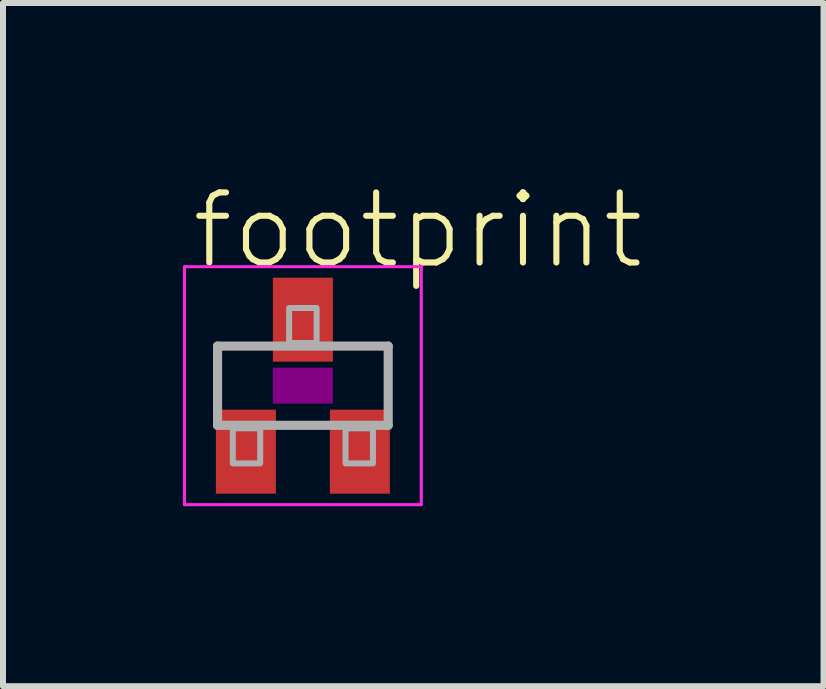
<source format=kicad_pcb>
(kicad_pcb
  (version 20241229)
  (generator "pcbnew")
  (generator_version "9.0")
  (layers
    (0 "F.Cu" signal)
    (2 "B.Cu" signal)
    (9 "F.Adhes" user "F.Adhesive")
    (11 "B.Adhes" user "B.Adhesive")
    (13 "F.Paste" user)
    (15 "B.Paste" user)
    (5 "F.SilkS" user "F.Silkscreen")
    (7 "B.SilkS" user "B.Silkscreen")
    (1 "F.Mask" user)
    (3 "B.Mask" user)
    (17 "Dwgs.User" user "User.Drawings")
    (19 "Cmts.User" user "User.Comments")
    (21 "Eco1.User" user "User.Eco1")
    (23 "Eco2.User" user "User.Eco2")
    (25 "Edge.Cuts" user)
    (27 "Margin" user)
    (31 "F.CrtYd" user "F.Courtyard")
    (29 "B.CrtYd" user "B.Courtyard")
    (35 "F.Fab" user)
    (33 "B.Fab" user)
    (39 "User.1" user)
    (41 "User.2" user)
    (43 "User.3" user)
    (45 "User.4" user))
  (footprint "footprint"
    (layer "F.Cu")
    (at 1.998 3.378)
    (property "Reference" "footprint" (at -1.905 -1.905 0) (layer "F.SilkS") (effects (font (size 1.168 1.168) (thickness 0.102)) (justify left bottom)))
    (fp_poly (pts (xy -0.5 0.3) (xy 0.5 0.3) (xy 0.5 -0.3) (xy -0.5 -0.3)) (stroke (width 0) (type solid)) (fill yes) (layer "F.Adhes"))
    (fp_line (start -1.973 -1.983) (end 1.973 -1.983) (stroke (width 0.051) (type solid)) (layer "F.CrtYd"))
    (fp_line (start -1.973 1.983) (end -1.973 -1.983) (stroke (width 0.051) (type solid)) (layer "F.CrtYd"))
    (fp_line (start 1.973 -1.983) (end 1.973 1.983) (stroke (width 0.051) (type solid)) (layer "F.CrtYd"))
    (fp_line (start 1.973 1.983) (end -1.973 1.983) (stroke (width 0.051) (type solid)) (layer "F.CrtYd"))
    (fp_line (start -1.422 -0.66) (end 1.422 -0.66) (stroke (width 0.152) (type solid)) (layer "F.Fab"))
    (fp_line (start -1.422 0.66) (end -1.422 -0.66) (stroke (width 0.152) (type solid)) (layer "F.Fab"))
    (fp_line (start 1.422 -0.66) (end 1.422 0.66) (stroke (width 0.152) (type solid)) (layer "F.Fab"))
    (fp_line (start 1.422 0.66) (end -1.422 0.66) (stroke (width 0.152) (type solid)) (layer "F.Fab"))
    (fp_poly (pts (xy -1.168 1.295) (xy -0.711 1.295) (xy -0.711 0.711) (xy -1.168 0.711)) (stroke (width 0.1) (type solid)) (fill no) (layer "F.Fab"))
    (fp_poly (pts (xy -0.229 -0.711) (xy 0.229 -0.711) (xy 0.229 -1.295) (xy -0.229 -1.295)) (stroke (width 0.1) (type solid)) (fill no) (layer "F.Fab"))
    (fp_poly (pts (xy 0.711 1.295) (xy 1.168 1.295) (xy 1.168 0.711) (xy 0.711 0.711)) (stroke (width 0.1) (type solid)) (fill no) (layer "F.Fab"))
    (pad "1" smd rect (at -0.95 1.1) (size 1 1.4) (layers "F.Cu" "F.Mask" "F.Paste"))
    (pad "2" smd rect (at 0.95 1.1) (size 1 1.4) (layers "F.Cu" "F.Mask" "F.Paste"))
    (pad "3" smd rect (at 0 -1.1) (size 1 1.4) (layers "F.Cu" "F.Mask" "F.Paste")))
  (gr_rect
    (start -3 -3)
    (end 10.676 8.387)
    (stroke (width 0.1) (type default))
    (fill no)
    (layer "Edge.Cuts")))
</source>
